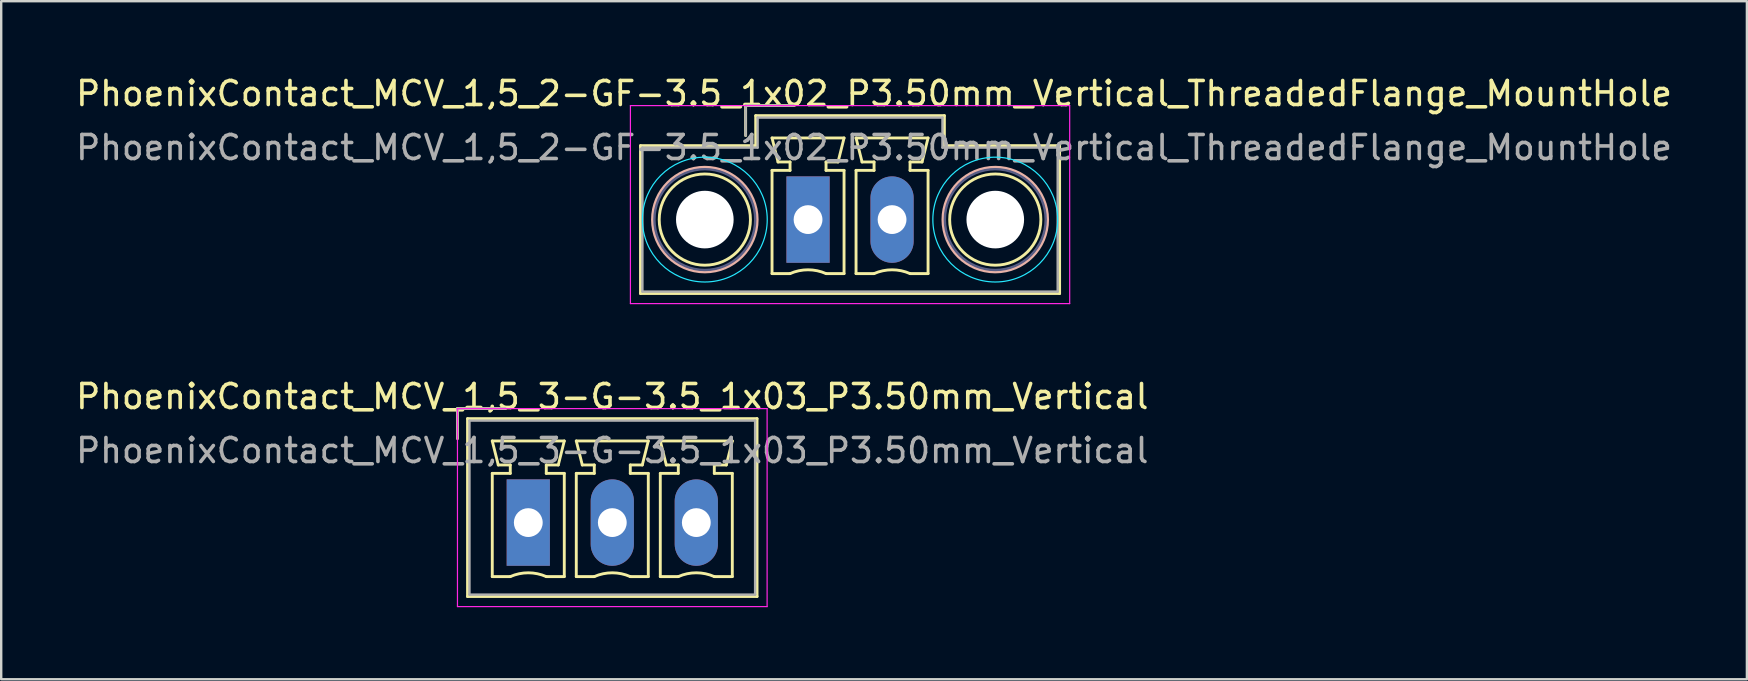
<source format=kicad_pcb>
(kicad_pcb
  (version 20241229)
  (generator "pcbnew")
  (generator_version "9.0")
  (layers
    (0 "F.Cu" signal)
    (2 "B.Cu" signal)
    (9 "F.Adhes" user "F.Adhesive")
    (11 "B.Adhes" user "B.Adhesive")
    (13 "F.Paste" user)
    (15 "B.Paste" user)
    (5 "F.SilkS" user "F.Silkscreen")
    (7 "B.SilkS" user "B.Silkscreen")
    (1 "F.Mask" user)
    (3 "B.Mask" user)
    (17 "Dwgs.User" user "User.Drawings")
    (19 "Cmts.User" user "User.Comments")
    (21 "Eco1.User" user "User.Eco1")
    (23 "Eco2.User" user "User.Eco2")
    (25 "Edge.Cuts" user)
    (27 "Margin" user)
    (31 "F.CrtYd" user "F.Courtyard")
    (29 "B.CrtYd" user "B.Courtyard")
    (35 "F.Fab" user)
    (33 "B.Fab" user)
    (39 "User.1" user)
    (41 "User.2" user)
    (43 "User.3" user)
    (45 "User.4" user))
  (footprint "PhoenixContact_MCV_1,5_2-GF-3.5_1x02_P3.50mm_Vertical_ThreadedFlange_MountHole"
    (layer "F.Cu")
    (at 30.613 6.098)
    (property "Reference" "PhoenixContact_MCV_1,5_2-GF-3.5_1x02_P3.50mm_Vertical_ThreadedFlange_MountHole" (at 2.75 -5.25 0) (layer "F.SilkS") (effects (font (size 1 1) (thickness 0.15))))
    (attr through_hole)
    (fp_line (start -6.98 -3.08) (end -6.98 3.08) (stroke (width 0.12) (type solid)) (layer "F.SilkS"))
    (fp_line (start -6.98 3.08) (end 10.48 3.08) (stroke (width 0.12) (type solid)) (layer "F.SilkS"))
    (fp_line (start -2.6 -4.75) (end -0.6 -4.75) (stroke (width 0.12) (type solid)) (layer "F.SilkS"))
    (fp_line (start -2.6 -3.5) (end -2.6 -4.75) (stroke (width 0.12) (type solid)) (layer "F.SilkS"))
    (fp_line (start -2.18 -4.33) (end -2.18 -3.08) (stroke (width 0.12) (type solid)) (layer "F.SilkS"))
    (fp_line (start -2.18 -3.08) (end -6.98 -3.08) (stroke (width 0.12) (type solid)) (layer "F.SilkS"))
    (fp_line (start -1.5 -3.4) (end 1.5 -3.4) (stroke (width 0.12) (type solid)) (layer "F.SilkS"))
    (fp_line (start -1.5 -2.05) (end -0.75 -2.05) (stroke (width 0.12) (type solid)) (layer "F.SilkS"))
    (fp_line (start -1.5 2.25) (end -1.5 -2.05) (stroke (width 0.12) (type solid)) (layer "F.SilkS"))
    (fp_line (start -1.25 -2.4) (end -1.5 -3.4) (stroke (width 0.12) (type solid)) (layer "F.SilkS"))
    (fp_line (start -0.75 -2.4) (end -1.25 -2.4) (stroke (width 0.12) (type solid)) (layer "F.SilkS"))
    (fp_line (start -0.75 -2.05) (end -0.75 -2.4) (stroke (width 0.12) (type solid)) (layer "F.SilkS"))
    (fp_line (start -0.75 2.25) (end -1.5 2.25) (stroke (width 0.12) (type solid)) (layer "F.SilkS"))
    (fp_line (start 0.75 -2.4) (end 0.75 -2.05) (stroke (width 0.12) (type solid)) (layer "F.SilkS"))
    (fp_line (start 0.75 -2.05) (end 1.5 -2.05) (stroke (width 0.12) (type solid)) (layer "F.SilkS"))
    (fp_line (start 1.25 -2.4) (end 0.75 -2.4) (stroke (width 0.12) (type solid)) (layer "F.SilkS"))
    (fp_line (start 1.5 -3.4) (end 1.25 -2.4) (stroke (width 0.12) (type solid)) (layer "F.SilkS"))
    (fp_line (start 1.5 -2.05) (end 1.5 2.25) (stroke (width 0.12) (type solid)) (layer "F.SilkS"))
    (fp_line (start 1.5 2.25) (end 0.75 2.25) (stroke (width 0.12) (type solid)) (layer "F.SilkS"))
    (fp_line (start 2 -3.4) (end 5 -3.4) (stroke (width 0.12) (type solid)) (layer "F.SilkS"))
    (fp_line (start 2 -2.05) (end 2.75 -2.05) (stroke (width 0.12) (type solid)) (layer "F.SilkS"))
    (fp_line (start 2 2.25) (end 2 -2.05) (stroke (width 0.12) (type solid)) (layer "F.SilkS"))
    (fp_line (start 2.25 -2.4) (end 2 -3.4) (stroke (width 0.12) (type solid)) (layer "F.SilkS"))
    (fp_line (start 2.75 -2.4) (end 2.25 -2.4) (stroke (width 0.12) (type solid)) (layer "F.SilkS"))
    (fp_line (start 2.75 -2.05) (end 2.75 -2.4) (stroke (width 0.12) (type solid)) (layer "F.SilkS"))
    (fp_line (start 2.75 2.25) (end 2 2.25) (stroke (width 0.12) (type solid)) (layer "F.SilkS"))
    (fp_line (start 4.25 -2.4) (end 4.25 -2.05) (stroke (width 0.12) (type solid)) (layer "F.SilkS"))
    (fp_line (start 4.25 -2.05) (end 5 -2.05) (stroke (width 0.12) (type solid)) (layer "F.SilkS"))
    (fp_line (start 4.75 -2.4) (end 4.25 -2.4) (stroke (width 0.12) (type solid)) (layer "F.SilkS"))
    (fp_line (start 5 -3.4) (end 4.75 -2.4) (stroke (width 0.12) (type solid)) (layer "F.SilkS"))
    (fp_line (start 5 -2.05) (end 5 2.25) (stroke (width 0.12) (type solid)) (layer "F.SilkS"))
    (fp_line (start 5 2.25) (end 4.25 2.25) (stroke (width 0.12) (type solid)) (layer "F.SilkS"))
    (fp_line (start 5.68 -4.33) (end -2.18 -4.33) (stroke (width 0.12) (type solid)) (layer "F.SilkS"))
    (fp_line (start 5.68 -3.08) (end 5.68 -4.33) (stroke (width 0.12) (type solid)) (layer "F.SilkS"))
    (fp_line (start 10.48 -3.08) (end 5.68 -3.08) (stroke (width 0.12) (type solid)) (layer "F.SilkS"))
    (fp_line (start 10.48 3.08) (end 10.48 -3.08) (stroke (width 0.12) (type solid)) (layer "F.SilkS"))
    (fp_arc (start -0.75 2.25) (mid -0.000193 2.09191) (end 0.749647 2.249844) (stroke (width 0.12) (type solid)) (layer "F.SilkS"))
    (fp_arc (start 2.75 2.25) (mid 3.499807 2.09191) (end 4.249647 2.249844) (stroke (width 0.12) (type solid)) (layer "F.SilkS"))
    (fp_circle (center -4.3 0) (end -2.4 0) (stroke (width 0.12) (type solid)) (fill no) (layer "F.SilkS"))
    (fp_circle (center 7.8 0) (end 9.7 0) (stroke (width 0.12) (type solid)) (fill no) (layer "F.SilkS"))
    (fp_circle (center -4.3 0) (end -2.12 0) (stroke (width 0.12) (type solid)) (fill no) (layer "B.SilkS"))
    (fp_circle (center 7.8 0) (end 9.98 0) (stroke (width 0.12) (type solid)) (fill no) (layer "B.SilkS"))
    (fp_circle (center -4.3 0) (end -1.7 0) (stroke (width 0.05) (type solid)) (fill no) (layer "B.CrtYd"))
    (fp_circle (center 7.8 0) (end 10.4 0) (stroke (width 0.05) (type solid)) (fill no) (layer "B.CrtYd"))
    (fp_line (start -7.4 -4.75) (end -7.4 3.5) (stroke (width 0.05) (type solid)) (layer "F.CrtYd"))
    (fp_line (start -7.4 3.5) (end 10.9 3.5) (stroke (width 0.05) (type solid)) (layer "F.CrtYd"))
    (fp_line (start 10.9 -4.75) (end -7.4 -4.75) (stroke (width 0.05) (type solid)) (layer "F.CrtYd"))
    (fp_line (start 10.9 3.5) (end 10.9 -4.75) (stroke (width 0.05) (type solid)) (layer "F.CrtYd"))
    (fp_circle (center -4.3 0) (end -2.2 0) (stroke (width 0.1) (type solid)) (fill no) (layer "B.Fab"))
    (fp_circle (center 7.8 0) (end 9.9 0) (stroke (width 0.1) (type solid)) (fill no) (layer "B.Fab"))
    (fp_line (start -6.9 -3) (end -6.9 3) (stroke (width 0.1) (type solid)) (layer "F.Fab"))
    (fp_line (start -6.9 3) (end 10.4 3) (stroke (width 0.1) (type solid)) (layer "F.Fab"))
    (fp_line (start -2.6 -4.75) (end -0.6 -4.75) (stroke (width 0.1) (type solid)) (layer "F.Fab"))
    (fp_line (start -2.6 -3.5) (end -2.6 -4.75) (stroke (width 0.1) (type solid)) (layer "F.Fab"))
    (fp_line (start -2.1 -4.25) (end -2.1 -3) (stroke (width 0.1) (type solid)) (layer "F.Fab"))
    (fp_line (start -2.1 -3) (end -6.9 -3) (stroke (width 0.1) (type solid)) (layer "F.Fab"))
    (fp_line (start 5.6 -4.25) (end -2.1 -4.25) (stroke (width 0.1) (type solid)) (layer "F.Fab"))
    (fp_line (start 5.6 -3) (end 5.6 -4.25) (stroke (width 0.1) (type solid)) (layer "F.Fab"))
    (fp_line (start 10.4 -3) (end 5.6 -3) (stroke (width 0.1) (type solid)) (layer "F.Fab"))
    (fp_line (start 10.4 3) (end 10.4 -3) (stroke (width 0.1) (type solid)) (layer "F.Fab"))
    (fp_text user "${REFERENCE}" (at 2.75 -3 0) (layer "F.Fab") (effects (font (size 1 1) (thickness 0.15))))
    (pad "" np_thru_hole circle (at -4.3 0) (size 2.4 2.4) (drill 2.4) (layers "*.Cu" "*.Mask"))
    (pad "" np_thru_hole circle (at 7.8 0) (size 2.4 2.4) (drill 2.4) (layers "*.Cu" "*.Mask"))
    (pad "1" thru_hole rect (at 0 0) (size 1.8 3.6) (drill 1.2) (layers "*.Cu" "*.Mask"))
    (pad "2" thru_hole oval (at 3.5 0) (size 1.8 3.6) (drill 1.2) (layers "*.Cu" "*.Mask")))
  (footprint "PhoenixContact_MCV_1,5_3-G-3.5_1x03_P3.50mm_Vertical"
    (layer "F.Cu")
    (at 18.958 18.721)
    (property "Reference" "PhoenixContact_MCV_1,5_3-G-3.5_1x03_P3.50mm_Vertical" (at 3.5 -5.25 0) (layer "F.SilkS") (effects (font (size 1 1) (thickness 0.15))))
    (attr through_hole)
    (fp_line (start -2.95 -4.75) (end -0.95 -4.75) (stroke (width 0.12) (type solid)) (layer "F.SilkS"))
    (fp_line (start -2.95 -3.5) (end -2.95 -4.75) (stroke (width 0.12) (type solid)) (layer "F.SilkS"))
    (fp_line (start -2.53 -4.33) (end -2.53 3.08) (stroke (width 0.12) (type solid)) (layer "F.SilkS"))
    (fp_line (start -2.53 3.08) (end 9.53 3.08) (stroke (width 0.12) (type solid)) (layer "F.SilkS"))
    (fp_line (start -1.5 -3.4) (end 1.5 -3.4) (stroke (width 0.12) (type solid)) (layer "F.SilkS"))
    (fp_line (start -1.5 -2.05) (end -0.75 -2.05) (stroke (width 0.12) (type solid)) (layer "F.SilkS"))
    (fp_line (start -1.5 2.25) (end -1.5 -2.05) (stroke (width 0.12) (type solid)) (layer "F.SilkS"))
    (fp_line (start -1.25 -2.4) (end -1.5 -3.4) (stroke (width 0.12) (type solid)) (layer "F.SilkS"))
    (fp_line (start -0.75 -2.4) (end -1.25 -2.4) (stroke (width 0.12) (type solid)) (layer "F.SilkS"))
    (fp_line (start -0.75 -2.05) (end -0.75 -2.4) (stroke (width 0.12) (type solid)) (layer "F.SilkS"))
    (fp_line (start -0.75 2.25) (end -1.5 2.25) (stroke (width 0.12) (type solid)) (layer "F.SilkS"))
    (fp_line (start 0.75 -2.4) (end 0.75 -2.05) (stroke (width 0.12) (type solid)) (layer "F.SilkS"))
    (fp_line (start 0.75 -2.05) (end 1.5 -2.05) (stroke (width 0.12) (type solid)) (layer "F.SilkS"))
    (fp_line (start 1.25 -2.4) (end 0.75 -2.4) (stroke (width 0.12) (type solid)) (layer "F.SilkS"))
    (fp_line (start 1.5 -3.4) (end 1.25 -2.4) (stroke (width 0.12) (type solid)) (layer "F.SilkS"))
    (fp_line (start 1.5 -2.05) (end 1.5 2.25) (stroke (width 0.12) (type solid)) (layer "F.SilkS"))
    (fp_line (start 1.5 2.25) (end 0.75 2.25) (stroke (width 0.12) (type solid)) (layer "F.SilkS"))
    (fp_line (start 2 -3.4) (end 5 -3.4) (stroke (width 0.12) (type solid)) (layer "F.SilkS"))
    (fp_line (start 2 -2.05) (end 2.75 -2.05) (stroke (width 0.12) (type solid)) (layer "F.SilkS"))
    (fp_line (start 2 2.25) (end 2 -2.05) (stroke (width 0.12) (type solid)) (layer "F.SilkS"))
    (fp_line (start 2.25 -2.4) (end 2 -3.4) (stroke (width 0.12) (type solid)) (layer "F.SilkS"))
    (fp_line (start 2.75 -2.4) (end 2.25 -2.4) (stroke (width 0.12) (type solid)) (layer "F.SilkS"))
    (fp_line (start 2.75 -2.05) (end 2.75 -2.4) (stroke (width 0.12) (type solid)) (layer "F.SilkS"))
    (fp_line (start 2.75 2.25) (end 2 2.25) (stroke (width 0.12) (type solid)) (layer "F.SilkS"))
    (fp_line (start 4.25 -2.4) (end 4.25 -2.05) (stroke (width 0.12) (type solid)) (layer "F.SilkS"))
    (fp_line (start 4.25 -2.05) (end 5 -2.05) (stroke (width 0.12) (type solid)) (layer "F.SilkS"))
    (fp_line (start 4.75 -2.4) (end 4.25 -2.4) (stroke (width 0.12) (type solid)) (layer "F.SilkS"))
    (fp_line (start 5 -3.4) (end 4.75 -2.4) (stroke (width 0.12) (type solid)) (layer "F.SilkS"))
    (fp_line (start 5 -2.05) (end 5 2.25) (stroke (width 0.12) (type solid)) (layer "F.SilkS"))
    (fp_line (start 5 2.25) (end 4.25 2.25) (stroke (width 0.12) (type solid)) (layer "F.SilkS"))
    (fp_line (start 5.5 -3.4) (end 8.5 -3.4) (stroke (width 0.12) (type solid)) (layer "F.SilkS"))
    (fp_line (start 5.5 -2.05) (end 6.25 -2.05) (stroke (width 0.12) (type solid)) (layer "F.SilkS"))
    (fp_line (start 5.5 2.25) (end 5.5 -2.05) (stroke (width 0.12) (type solid)) (layer "F.SilkS"))
    (fp_line (start 5.75 -2.4) (end 5.5 -3.4) (stroke (width 0.12) (type solid)) (layer "F.SilkS"))
    (fp_line (start 6.25 -2.4) (end 5.75 -2.4) (stroke (width 0.12) (type solid)) (layer "F.SilkS"))
    (fp_line (start 6.25 -2.05) (end 6.25 -2.4) (stroke (width 0.12) (type solid)) (layer "F.SilkS"))
    (fp_line (start 6.25 2.25) (end 5.5 2.25) (stroke (width 0.12) (type solid)) (layer "F.SilkS"))
    (fp_line (start 7.75 -2.4) (end 7.75 -2.05) (stroke (width 0.12) (type solid)) (layer "F.SilkS"))
    (fp_line (start 7.75 -2.05) (end 8.5 -2.05) (stroke (width 0.12) (type solid)) (layer "F.SilkS"))
    (fp_line (start 8.25 -2.4) (end 7.75 -2.4) (stroke (width 0.12) (type solid)) (layer "F.SilkS"))
    (fp_line (start 8.5 -3.4) (end 8.25 -2.4) (stroke (width 0.12) (type solid)) (layer "F.SilkS"))
    (fp_line (start 8.5 -2.05) (end 8.5 2.25) (stroke (width 0.12) (type solid)) (layer "F.SilkS"))
    (fp_line (start 8.5 2.25) (end 7.75 2.25) (stroke (width 0.12) (type solid)) (layer "F.SilkS"))
    (fp_line (start 9.53 -4.33) (end -2.53 -4.33) (stroke (width 0.12) (type solid)) (layer "F.SilkS"))
    (fp_line (start 9.53 3.08) (end 9.53 -4.33) (stroke (width 0.12) (type solid)) (layer "F.SilkS"))
    (fp_arc (start -0.75 2.25) (mid -0.000193 2.09191) (end 0.749647 2.249844) (stroke (width 0.12) (type solid)) (layer "F.SilkS"))
    (fp_arc (start 2.75 2.25) (mid 3.499807 2.09191) (end 4.249647 2.249844) (stroke (width 0.12) (type solid)) (layer "F.SilkS"))
    (fp_arc (start 6.25 2.25) (mid 6.999807 2.09191) (end 7.749647 2.249844) (stroke (width 0.12) (type solid)) (layer "F.SilkS"))
    (fp_line (start -2.95 -4.75) (end -2.95 3.5) (stroke (width 0.05) (type solid)) (layer "F.CrtYd"))
    (fp_line (start -2.95 3.5) (end 9.95 3.5) (stroke (width 0.05) (type solid)) (layer "F.CrtYd"))
    (fp_line (start 9.95 -4.75) (end -2.95 -4.75) (stroke (width 0.05) (type solid)) (layer "F.CrtYd"))
    (fp_line (start 9.95 3.5) (end 9.95 -4.75) (stroke (width 0.05) (type solid)) (layer "F.CrtYd"))
    (fp_line (start -2.95 -4.75) (end -0.95 -4.75) (stroke (width 0.1) (type solid)) (layer "F.Fab"))
    (fp_line (start -2.95 -3.5) (end -2.95 -4.75) (stroke (width 0.1) (type solid)) (layer "F.Fab"))
    (fp_line (start -2.45 -4.25) (end -2.45 3) (stroke (width 0.1) (type solid)) (layer "F.Fab"))
    (fp_line (start -2.45 3) (end 9.45 3) (stroke (width 0.1) (type solid)) (layer "F.Fab"))
    (fp_line (start 9.45 -4.25) (end -2.45 -4.25) (stroke (width 0.1) (type solid)) (layer "F.Fab"))
    (fp_line (start 9.45 3) (end 9.45 -4.25) (stroke (width 0.1) (type solid)) (layer "F.Fab"))
    (fp_text user "${REFERENCE}" (at 3.5 -3 0) (layer "F.Fab") (effects (font (size 1 1) (thickness 0.15))))
    (pad "1" thru_hole rect (at 0 0) (size 1.8 3.6) (drill 1.2) (layers "*.Cu" "*.Mask"))
    (pad "2" thru_hole oval (at 3.5 0) (size 1.8 3.6) (drill 1.2) (layers "*.Cu" "*.Mask"))
    (pad "3" thru_hole oval (at 7 0) (size 1.8 3.6) (drill 1.2) (layers "*.Cu" "*.Mask")))
  (gr_rect
    (start -3 -3)
    (end 69.726 25.247)
    (stroke (width 0.1) (type default))
    (fill no)
    (layer "Edge.Cuts")))
</source>
